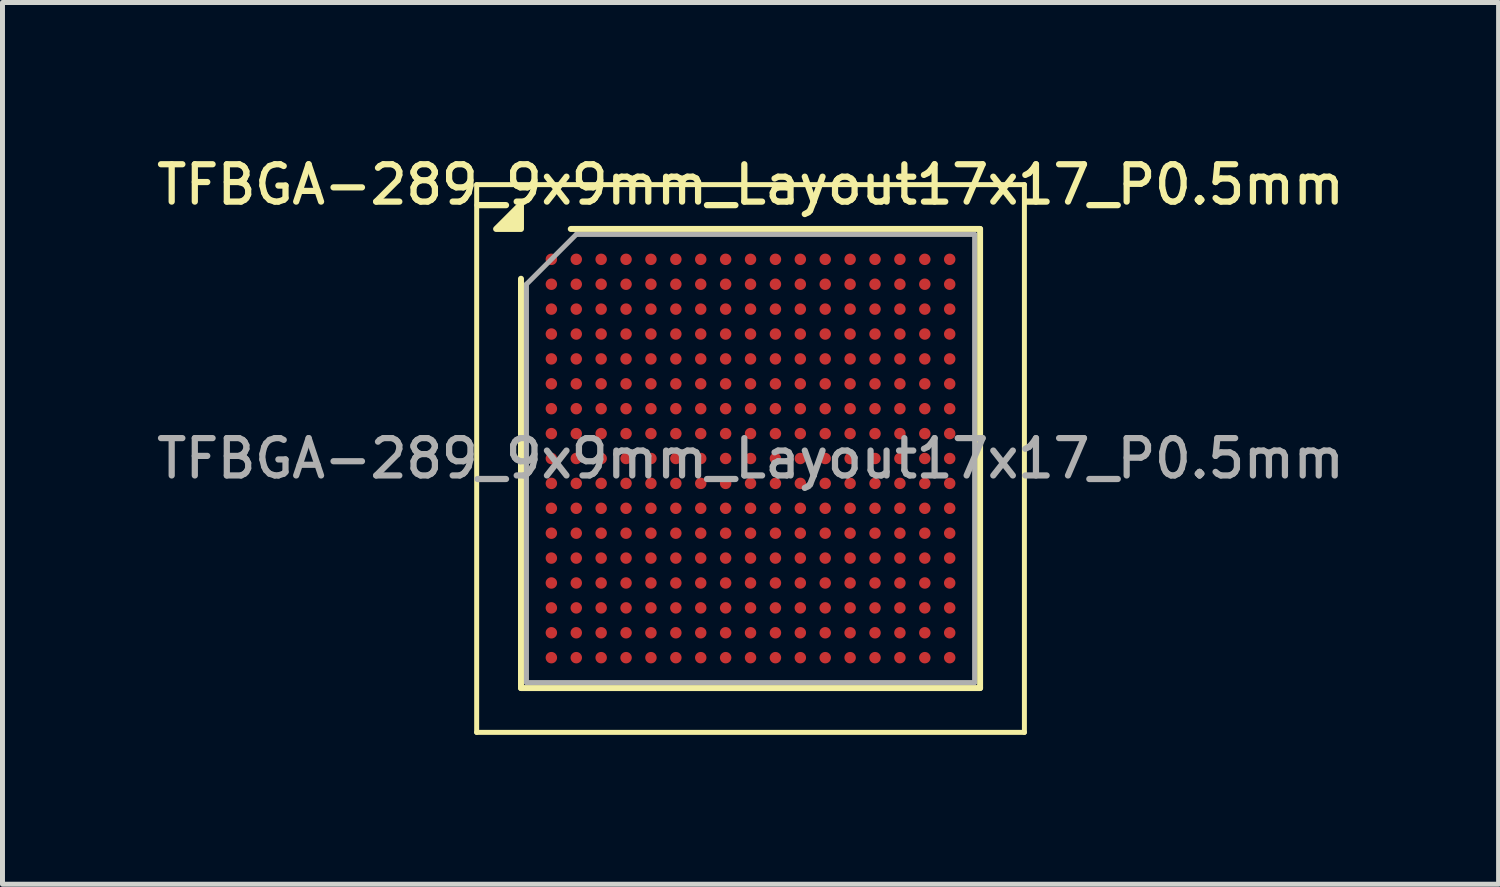
<source format=kicad_pcb>
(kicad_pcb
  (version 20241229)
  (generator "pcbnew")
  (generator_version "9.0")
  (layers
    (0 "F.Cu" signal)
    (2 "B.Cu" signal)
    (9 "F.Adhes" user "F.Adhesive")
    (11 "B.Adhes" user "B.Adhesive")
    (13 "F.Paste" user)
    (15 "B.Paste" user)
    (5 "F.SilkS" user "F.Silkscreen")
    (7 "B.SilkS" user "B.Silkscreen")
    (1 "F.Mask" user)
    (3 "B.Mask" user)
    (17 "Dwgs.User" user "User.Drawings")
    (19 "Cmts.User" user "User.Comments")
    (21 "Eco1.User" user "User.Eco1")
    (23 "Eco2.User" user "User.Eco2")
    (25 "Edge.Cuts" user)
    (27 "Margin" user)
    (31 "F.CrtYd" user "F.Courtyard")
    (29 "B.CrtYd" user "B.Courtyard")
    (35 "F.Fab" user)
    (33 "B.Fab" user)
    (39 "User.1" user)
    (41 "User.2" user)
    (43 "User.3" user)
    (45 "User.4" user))
  (footprint "TFBGA-289_9x9mm_Layout17x17_P0.5mm"
    (layer "F.Cu")
    (at 12.023 6.158)
    (property "Reference" "TFBGA-289_9x9mm_Layout17x17_P0.5mm" (at 0 -5.5 0) (layer "F.SilkS") (effects (font (size 0.75 0.75) (thickness 0.125))))
    (attr smd)
    (fp_line (start -5.5 -5.5) (end -5.5 5.5) (stroke (width 0.1) (type solid)) (layer "F.SilkS"))
    (fp_line (start -5.5 5.5) (end 5.5 5.5) (stroke (width 0.1) (type solid)) (layer "F.SilkS"))
    (fp_line (start -4.61 4.61) (end -4.61 -3.61) (stroke (width 0.12) (type solid)) (layer "F.SilkS"))
    (fp_line (start -3.61 -4.61) (end 4.61 -4.61) (stroke (width 0.12) (type solid)) (layer "F.SilkS"))
    (fp_line (start 4.61 -4.61) (end 4.61 4.61) (stroke (width 0.12) (type solid)) (layer "F.SilkS"))
    (fp_line (start 4.61 4.61) (end -4.61 4.61) (stroke (width 0.12) (type solid)) (layer "F.SilkS"))
    (fp_line (start 5.5 -5.5) (end -5.5 -5.5) (stroke (width 0.1) (type solid)) (layer "F.SilkS"))
    (fp_line (start 5.5 5.5) (end 5.5 -5.5) (stroke (width 0.1) (type solid)) (layer "F.SilkS"))
    (fp_poly (pts (xy -4.61 -4.61) (xy -5.11 -4.61) (xy -4.61 -5.11) (xy -4.61 -4.61)) (stroke (width 0.12) (type solid)) (fill yes) (layer "F.SilkS"))
    (fp_line (start -4.5 -3.5) (end -3.5 -4.5) (stroke (width 0.1) (type solid)) (layer "F.Fab"))
    (fp_line (start -4.5 4.5) (end -4.5 -3.5) (stroke (width 0.1) (type solid)) (layer "F.Fab"))
    (fp_line (start -3.5 -4.5) (end 4.5 -4.5) (stroke (width 0.1) (type solid)) (layer "F.Fab"))
    (fp_line (start 4.5 -4.5) (end 4.5 4.5) (stroke (width 0.1) (type solid)) (layer "F.Fab"))
    (fp_line (start 4.5 4.5) (end -4.5 4.5) (stroke (width 0.1) (type solid)) (layer "F.Fab"))
    (fp_text user "${REFERENCE}" (at 0 0 0) (layer "F.Fab") (effects (font (size 0.75 0.75) (thickness 0.125))))
    (pad "A1" smd circle (at -4 -4) (size 0.23 0.23) (property pad_prop_bga) (layers "F.Cu" "F.Mask" "F.Paste"))
    (pad "A2" smd circle (at -3.5 -4) (size 0.23 0.23) (property pad_prop_bga) (layers "F.Cu" "F.Mask" "F.Paste"))
    (pad "A3" smd circle (at -3 -4) (size 0.23 0.23) (property pad_prop_bga) (layers "F.Cu" "F.Mask" "F.Paste"))
    (pad "A4" smd circle (at -2.5 -4) (size 0.23 0.23) (property pad_prop_bga) (layers "F.Cu" "F.Mask" "F.Paste"))
    (pad "A5" smd circle (at -2 -4) (size 0.23 0.23) (property pad_prop_bga) (layers "F.Cu" "F.Mask" "F.Paste"))
    (pad "A6" smd circle (at -1.5 -4) (size 0.23 0.23) (property pad_prop_bga) (layers "F.Cu" "F.Mask" "F.Paste"))
    (pad "A7" smd circle (at -1 -4) (size 0.23 0.23) (property pad_prop_bga) (layers "F.Cu" "F.Mask" "F.Paste"))
    (pad "A8" smd circle (at -0.5 -4) (size 0.23 0.23) (property pad_prop_bga) (layers "F.Cu" "F.Mask" "F.Paste"))
    (pad "A9" smd circle (at 0 -4) (size 0.23 0.23) (property pad_prop_bga) (layers "F.Cu" "F.Mask" "F.Paste"))
    (pad "A10" smd circle (at 0.5 -4) (size 0.23 0.23) (property pad_prop_bga) (layers "F.Cu" "F.Mask" "F.Paste"))
    (pad "A11" smd circle (at 1 -4) (size 0.23 0.23) (property pad_prop_bga) (layers "F.Cu" "F.Mask" "F.Paste"))
    (pad "A12" smd circle (at 1.5 -4) (size 0.23 0.23) (property pad_prop_bga) (layers "F.Cu" "F.Mask" "F.Paste"))
    (pad "A13" smd circle (at 2 -4) (size 0.23 0.23) (property pad_prop_bga) (layers "F.Cu" "F.Mask" "F.Paste"))
    (pad "A14" smd circle (at 2.5 -4) (size 0.23 0.23) (property pad_prop_bga) (layers "F.Cu" "F.Mask" "F.Paste"))
    (pad "A15" smd circle (at 3 -4) (size 0.23 0.23) (property pad_prop_bga) (layers "F.Cu" "F.Mask" "F.Paste"))
    (pad "A16" smd circle (at 3.5 -4) (size 0.23 0.23) (property pad_prop_bga) (layers "F.Cu" "F.Mask" "F.Paste"))
    (pad "A17" smd circle (at 4 -4) (size 0.23 0.23) (property pad_prop_bga) (layers "F.Cu" "F.Mask" "F.Paste"))
    (pad "B1" smd circle (at -4 -3.5) (size 0.23 0.23) (property pad_prop_bga) (layers "F.Cu" "F.Mask" "F.Paste"))
    (pad "B2" smd circle (at -3.5 -3.5) (size 0.23 0.23) (property pad_prop_bga) (layers "F.Cu" "F.Mask" "F.Paste"))
    (pad "B3" smd circle (at -3 -3.5) (size 0.23 0.23) (property pad_prop_bga) (layers "F.Cu" "F.Mask" "F.Paste"))
    (pad "B4" smd circle (at -2.5 -3.5) (size 0.23 0.23) (property pad_prop_bga) (layers "F.Cu" "F.Mask" "F.Paste"))
    (pad "B5" smd circle (at -2 -3.5) (size 0.23 0.23) (property pad_prop_bga) (layers "F.Cu" "F.Mask" "F.Paste"))
    (pad "B6" smd circle (at -1.5 -3.5) (size 0.23 0.23) (property pad_prop_bga) (layers "F.Cu" "F.Mask" "F.Paste"))
    (pad "B7" smd circle (at -1 -3.5) (size 0.23 0.23) (property pad_prop_bga) (layers "F.Cu" "F.Mask" "F.Paste"))
    (pad "B8" smd circle (at -0.5 -3.5) (size 0.23 0.23) (property pad_prop_bga) (layers "F.Cu" "F.Mask" "F.Paste"))
    (pad "B9" smd circle (at 0 -3.5) (size 0.23 0.23) (property pad_prop_bga) (layers "F.Cu" "F.Mask" "F.Paste"))
    (pad "B10" smd circle (at 0.5 -3.5) (size 0.23 0.23) (property pad_prop_bga) (layers "F.Cu" "F.Mask" "F.Paste"))
    (pad "B11" smd circle (at 1 -3.5) (size 0.23 0.23) (property pad_prop_bga) (layers "F.Cu" "F.Mask" "F.Paste"))
    (pad "B12" smd circle (at 1.5 -3.5) (size 0.23 0.23) (property pad_prop_bga) (layers "F.Cu" "F.Mask" "F.Paste"))
    (pad "B13" smd circle (at 2 -3.5) (size 0.23 0.23) (property pad_prop_bga) (layers "F.Cu" "F.Mask" "F.Paste"))
    (pad "B14" smd circle (at 2.5 -3.5) (size 0.23 0.23) (property pad_prop_bga) (layers "F.Cu" "F.Mask" "F.Paste"))
    (pad "B15" smd circle (at 3 -3.5) (size 0.23 0.23) (property pad_prop_bga) (layers "F.Cu" "F.Mask" "F.Paste"))
    (pad "B16" smd circle (at 3.5 -3.5) (size 0.23 0.23) (property pad_prop_bga) (layers "F.Cu" "F.Mask" "F.Paste"))
    (pad "B17" smd circle (at 4 -3.5) (size 0.23 0.23) (property pad_prop_bga) (layers "F.Cu" "F.Mask" "F.Paste"))
    (pad "C1" smd circle (at -4 -3) (size 0.23 0.23) (property pad_prop_bga) (layers "F.Cu" "F.Mask" "F.Paste"))
    (pad "C2" smd circle (at -3.5 -3) (size 0.23 0.23) (property pad_prop_bga) (layers "F.Cu" "F.Mask" "F.Paste"))
    (pad "C3" smd circle (at -3 -3) (size 0.23 0.23) (property pad_prop_bga) (layers "F.Cu" "F.Mask" "F.Paste"))
    (pad "C4" smd circle (at -2.5 -3) (size 0.23 0.23) (property pad_prop_bga) (layers "F.Cu" "F.Mask" "F.Paste"))
    (pad "C5" smd circle (at -2 -3) (size 0.23 0.23) (property pad_prop_bga) (layers "F.Cu" "F.Mask" "F.Paste"))
    (pad "C6" smd circle (at -1.5 -3) (size 0.23 0.23) (property pad_prop_bga) (layers "F.Cu" "F.Mask" "F.Paste"))
    (pad "C7" smd circle (at -1 -3) (size 0.23 0.23) (property pad_prop_bga) (layers "F.Cu" "F.Mask" "F.Paste"))
    (pad "C8" smd circle (at -0.5 -3) (size 0.23 0.23) (property pad_prop_bga) (layers "F.Cu" "F.Mask" "F.Paste"))
    (pad "C9" smd circle (at 0 -3) (size 0.23 0.23) (property pad_prop_bga) (layers "F.Cu" "F.Mask" "F.Paste"))
    (pad "C10" smd circle (at 0.5 -3) (size 0.23 0.23) (property pad_prop_bga) (layers "F.Cu" "F.Mask" "F.Paste"))
    (pad "C11" smd circle (at 1 -3) (size 0.23 0.23) (property pad_prop_bga) (layers "F.Cu" "F.Mask" "F.Paste"))
    (pad "C12" smd circle (at 1.5 -3) (size 0.23 0.23) (property pad_prop_bga) (layers "F.Cu" "F.Mask" "F.Paste"))
    (pad "C13" smd circle (at 2 -3) (size 0.23 0.23) (property pad_prop_bga) (layers "F.Cu" "F.Mask" "F.Paste"))
    (pad "C14" smd circle (at 2.5 -3) (size 0.23 0.23) (property pad_prop_bga) (layers "F.Cu" "F.Mask" "F.Paste"))
    (pad "C15" smd circle (at 3 -3) (size 0.23 0.23) (property pad_prop_bga) (layers "F.Cu" "F.Mask" "F.Paste"))
    (pad "C16" smd circle (at 3.5 -3) (size 0.23 0.23) (property pad_prop_bga) (layers "F.Cu" "F.Mask" "F.Paste"))
    (pad "C17" smd circle (at 4 -3) (size 0.23 0.23) (property pad_prop_bga) (layers "F.Cu" "F.Mask" "F.Paste"))
    (pad "D1" smd circle (at -4 -2.5) (size 0.23 0.23) (property pad_prop_bga) (layers "F.Cu" "F.Mask" "F.Paste"))
    (pad "D2" smd circle (at -3.5 -2.5) (size 0.23 0.23) (property pad_prop_bga) (layers "F.Cu" "F.Mask" "F.Paste"))
    (pad "D3" smd circle (at -3 -2.5) (size 0.23 0.23) (property pad_prop_bga) (layers "F.Cu" "F.Mask" "F.Paste"))
    (pad "D4" smd circle (at -2.5 -2.5) (size 0.23 0.23) (property pad_prop_bga) (layers "F.Cu" "F.Mask" "F.Paste"))
    (pad "D5" smd circle (at -2 -2.5) (size 0.23 0.23) (property pad_prop_bga) (layers "F.Cu" "F.Mask" "F.Paste"))
    (pad "D6" smd circle (at -1.5 -2.5) (size 0.23 0.23) (property pad_prop_bga) (layers "F.Cu" "F.Mask" "F.Paste"))
    (pad "D7" smd circle (at -1 -2.5) (size 0.23 0.23) (property pad_prop_bga) (layers "F.Cu" "F.Mask" "F.Paste"))
    (pad "D8" smd circle (at -0.5 -2.5) (size 0.23 0.23) (property pad_prop_bga) (layers "F.Cu" "F.Mask" "F.Paste"))
    (pad "D9" smd circle (at 0 -2.5) (size 0.23 0.23) (property pad_prop_bga) (layers "F.Cu" "F.Mask" "F.Paste"))
    (pad "D10" smd circle (at 0.5 -2.5) (size 0.23 0.23) (property pad_prop_bga) (layers "F.Cu" "F.Mask" "F.Paste"))
    (pad "D11" smd circle (at 1 -2.5) (size 0.23 0.23) (property pad_prop_bga) (layers "F.Cu" "F.Mask" "F.Paste"))
    (pad "D12" smd circle (at 1.5 -2.5) (size 0.23 0.23) (property pad_prop_bga) (layers "F.Cu" "F.Mask" "F.Paste"))
    (pad "D13" smd circle (at 2 -2.5) (size 0.23 0.23) (property pad_prop_bga) (layers "F.Cu" "F.Mask" "F.Paste"))
    (pad "D14" smd circle (at 2.5 -2.5) (size 0.23 0.23) (property pad_prop_bga) (layers "F.Cu" "F.Mask" "F.Paste"))
    (pad "D15" smd circle (at 3 -2.5) (size 0.23 0.23) (property pad_prop_bga) (layers "F.Cu" "F.Mask" "F.Paste"))
    (pad "D16" smd circle (at 3.5 -2.5) (size 0.23 0.23) (property pad_prop_bga) (layers "F.Cu" "F.Mask" "F.Paste"))
    (pad "D17" smd circle (at 4 -2.5) (size 0.23 0.23) (property pad_prop_bga) (layers "F.Cu" "F.Mask" "F.Paste"))
    (pad "E1" smd circle (at -4 -2) (size 0.23 0.23) (property pad_prop_bga) (layers "F.Cu" "F.Mask" "F.Paste"))
    (pad "E2" smd circle (at -3.5 -2) (size 0.23 0.23) (property pad_prop_bga) (layers "F.Cu" "F.Mask" "F.Paste"))
    (pad "E3" smd circle (at -3 -2) (size 0.23 0.23) (property pad_prop_bga) (layers "F.Cu" "F.Mask" "F.Paste"))
    (pad "E4" smd circle (at -2.5 -2) (size 0.23 0.23) (property pad_prop_bga) (layers "F.Cu" "F.Mask" "F.Paste"))
    (pad "E5" smd circle (at -2 -2) (size 0.23 0.23) (property pad_prop_bga) (layers "F.Cu" "F.Mask" "F.Paste"))
    (pad "E6" smd circle (at -1.5 -2) (size 0.23 0.23) (property pad_prop_bga) (layers "F.Cu" "F.Mask" "F.Paste"))
    (pad "E7" smd circle (at -1 -2) (size 0.23 0.23) (property pad_prop_bga) (layers "F.Cu" "F.Mask" "F.Paste"))
    (pad "E8" smd circle (at -0.5 -2) (size 0.23 0.23) (property pad_prop_bga) (layers "F.Cu" "F.Mask" "F.Paste"))
    (pad "E9" smd circle (at 0 -2) (size 0.23 0.23) (property pad_prop_bga) (layers "F.Cu" "F.Mask" "F.Paste"))
    (pad "E10" smd circle (at 0.5 -2) (size 0.23 0.23) (property pad_prop_bga) (layers "F.Cu" "F.Mask" "F.Paste"))
    (pad "E11" smd circle (at 1 -2) (size 0.23 0.23) (property pad_prop_bga) (layers "F.Cu" "F.Mask" "F.Paste"))
    (pad "E12" smd circle (at 1.5 -2) (size 0.23 0.23) (property pad_prop_bga) (layers "F.Cu" "F.Mask" "F.Paste"))
    (pad "E13" smd circle (at 2 -2) (size 0.23 0.23) (property pad_prop_bga) (layers "F.Cu" "F.Mask" "F.Paste"))
    (pad "E14" smd circle (at 2.5 -2) (size 0.23 0.23) (property pad_prop_bga) (layers "F.Cu" "F.Mask" "F.Paste"))
    (pad "E15" smd circle (at 3 -2) (size 0.23 0.23) (property pad_prop_bga) (layers "F.Cu" "F.Mask" "F.Paste"))
    (pad "E16" smd circle (at 3.5 -2) (size 0.23 0.23) (property pad_prop_bga) (layers "F.Cu" "F.Mask" "F.Paste"))
    (pad "E17" smd circle (at 4 -2) (size 0.23 0.23) (property pad_prop_bga) (layers "F.Cu" "F.Mask" "F.Paste"))
    (pad "F1" smd circle (at -4 -1.5) (size 0.23 0.23) (property pad_prop_bga) (layers "F.Cu" "F.Mask" "F.Paste"))
    (pad "F2" smd circle (at -3.5 -1.5) (size 0.23 0.23) (property pad_prop_bga) (layers "F.Cu" "F.Mask" "F.Paste"))
    (pad "F3" smd circle (at -3 -1.5) (size 0.23 0.23) (property pad_prop_bga) (layers "F.Cu" "F.Mask" "F.Paste"))
    (pad "F4" smd circle (at -2.5 -1.5) (size 0.23 0.23) (property pad_prop_bga) (layers "F.Cu" "F.Mask" "F.Paste"))
    (pad "F5" smd circle (at -2 -1.5) (size 0.23 0.23) (property pad_prop_bga) (layers "F.Cu" "F.Mask" "F.Paste"))
    (pad "F6" smd circle (at -1.5 -1.5) (size 0.23 0.23) (property pad_prop_bga) (layers "F.Cu" "F.Mask" "F.Paste"))
    (pad "F7" smd circle (at -1 -1.5) (size 0.23 0.23) (property pad_prop_bga) (layers "F.Cu" "F.Mask" "F.Paste"))
    (pad "F8" smd circle (at -0.5 -1.5) (size 0.23 0.23) (property pad_prop_bga) (layers "F.Cu" "F.Mask" "F.Paste"))
    (pad "F9" smd circle (at 0 -1.5) (size 0.23 0.23) (property pad_prop_bga) (layers "F.Cu" "F.Mask" "F.Paste"))
    (pad "F10" smd circle (at 0.5 -1.5) (size 0.23 0.23) (property pad_prop_bga) (layers "F.Cu" "F.Mask" "F.Paste"))
    (pad "F11" smd circle (at 1 -1.5) (size 0.23 0.23) (property pad_prop_bga) (layers "F.Cu" "F.Mask" "F.Paste"))
    (pad "F12" smd circle (at 1.5 -1.5) (size 0.23 0.23) (property pad_prop_bga) (layers "F.Cu" "F.Mask" "F.Paste"))
    (pad "F13" smd circle (at 2 -1.5) (size 0.23 0.23) (property pad_prop_bga) (layers "F.Cu" "F.Mask" "F.Paste"))
    (pad "F14" smd circle (at 2.5 -1.5) (size 0.23 0.23) (property pad_prop_bga) (layers "F.Cu" "F.Mask" "F.Paste"))
    (pad "F15" smd circle (at 3 -1.5) (size 0.23 0.23) (property pad_prop_bga) (layers "F.Cu" "F.Mask" "F.Paste"))
    (pad "F16" smd circle (at 3.5 -1.5) (size 0.23 0.23) (property pad_prop_bga) (layers "F.Cu" "F.Mask" "F.Paste"))
    (pad "F17" smd circle (at 4 -1.5) (size 0.23 0.23) (property pad_prop_bga) (layers "F.Cu" "F.Mask" "F.Paste"))
    (pad "G1" smd circle (at -4 -1) (size 0.23 0.23) (property pad_prop_bga) (layers "F.Cu" "F.Mask" "F.Paste"))
    (pad "G2" smd circle (at -3.5 -1) (size 0.23 0.23) (property pad_prop_bga) (layers "F.Cu" "F.Mask" "F.Paste"))
    (pad "G3" smd circle (at -3 -1) (size 0.23 0.23) (property pad_prop_bga) (layers "F.Cu" "F.Mask" "F.Paste"))
    (pad "G4" smd circle (at -2.5 -1) (size 0.23 0.23) (property pad_prop_bga) (layers "F.Cu" "F.Mask" "F.Paste"))
    (pad "G5" smd circle (at -2 -1) (size 0.23 0.23) (property pad_prop_bga) (layers "F.Cu" "F.Mask" "F.Paste"))
    (pad "G6" smd circle (at -1.5 -1) (size 0.23 0.23) (property pad_prop_bga) (layers "F.Cu" "F.Mask" "F.Paste"))
    (pad "G7" smd circle (at -1 -1) (size 0.23 0.23) (property pad_prop_bga) (layers "F.Cu" "F.Mask" "F.Paste"))
    (pad "G8" smd circle (at -0.5 -1) (size 0.23 0.23) (property pad_prop_bga) (layers "F.Cu" "F.Mask" "F.Paste"))
    (pad "G9" smd circle (at 0 -1) (size 0.23 0.23) (property pad_prop_bga) (layers "F.Cu" "F.Mask" "F.Paste"))
    (pad "G10" smd circle (at 0.5 -1) (size 0.23 0.23) (property pad_prop_bga) (layers "F.Cu" "F.Mask" "F.Paste"))
    (pad "G11" smd circle (at 1 -1) (size 0.23 0.23) (property pad_prop_bga) (layers "F.Cu" "F.Mask" "F.Paste"))
    (pad "G12" smd circle (at 1.5 -1) (size 0.23 0.23) (property pad_prop_bga) (layers "F.Cu" "F.Mask" "F.Paste"))
    (pad "G13" smd circle (at 2 -1) (size 0.23 0.23) (property pad_prop_bga) (layers "F.Cu" "F.Mask" "F.Paste"))
    (pad "G14" smd circle (at 2.5 -1) (size 0.23 0.23) (property pad_prop_bga) (layers "F.Cu" "F.Mask" "F.Paste"))
    (pad "G15" smd circle (at 3 -1) (size 0.23 0.23) (property pad_prop_bga) (layers "F.Cu" "F.Mask" "F.Paste"))
    (pad "G16" smd circle (at 3.5 -1) (size 0.23 0.23) (property pad_prop_bga) (layers "F.Cu" "F.Mask" "F.Paste"))
    (pad "G17" smd circle (at 4 -1) (size 0.23 0.23) (property pad_prop_bga) (layers "F.Cu" "F.Mask" "F.Paste"))
    (pad "H1" smd circle (at -4 -0.5) (size 0.23 0.23) (property pad_prop_bga) (layers "F.Cu" "F.Mask" "F.Paste"))
    (pad "H2" smd circle (at -3.5 -0.5) (size 0.23 0.23) (property pad_prop_bga) (layers "F.Cu" "F.Mask" "F.Paste"))
    (pad "H3" smd circle (at -3 -0.5) (size 0.23 0.23) (property pad_prop_bga) (layers "F.Cu" "F.Mask" "F.Paste"))
    (pad "H4" smd circle (at -2.5 -0.5) (size 0.23 0.23) (property pad_prop_bga) (layers "F.Cu" "F.Mask" "F.Paste"))
    (pad "H5" smd circle (at -2 -0.5) (size 0.23 0.23) (property pad_prop_bga) (layers "F.Cu" "F.Mask" "F.Paste"))
    (pad "H6" smd circle (at -1.5 -0.5) (size 0.23 0.23) (property pad_prop_bga) (layers "F.Cu" "F.Mask" "F.Paste"))
    (pad "H7" smd circle (at -1 -0.5) (size 0.23 0.23) (property pad_prop_bga) (layers "F.Cu" "F.Mask" "F.Paste"))
    (pad "H8" smd circle (at -0.5 -0.5) (size 0.23 0.23) (property pad_prop_bga) (layers "F.Cu" "F.Mask" "F.Paste"))
    (pad "H9" smd circle (at 0 -0.5) (size 0.23 0.23) (property pad_prop_bga) (layers "F.Cu" "F.Mask" "F.Paste"))
    (pad "H10" smd circle (at 0.5 -0.5) (size 0.23 0.23) (property pad_prop_bga) (layers "F.Cu" "F.Mask" "F.Paste"))
    (pad "H11" smd circle (at 1 -0.5) (size 0.23 0.23) (property pad_prop_bga) (layers "F.Cu" "F.Mask" "F.Paste"))
    (pad "H12" smd circle (at 1.5 -0.5) (size 0.23 0.23) (property pad_prop_bga) (layers "F.Cu" "F.Mask" "F.Paste"))
    (pad "H13" smd circle (at 2 -0.5) (size 0.23 0.23) (property pad_prop_bga) (layers "F.Cu" "F.Mask" "F.Paste"))
    (pad "H14" smd circle (at 2.5 -0.5) (size 0.23 0.23) (property pad_prop_bga) (layers "F.Cu" "F.Mask" "F.Paste"))
    (pad "H15" smd circle (at 3 -0.5) (size 0.23 0.23) (property pad_prop_bga) (layers "F.Cu" "F.Mask" "F.Paste"))
    (pad "H16" smd circle (at 3.5 -0.5) (size 0.23 0.23) (property pad_prop_bga) (layers "F.Cu" "F.Mask" "F.Paste"))
    (pad "H17" smd circle (at 4 -0.5) (size 0.23 0.23) (property pad_prop_bga) (layers "F.Cu" "F.Mask" "F.Paste"))
    (pad "J1" smd circle (at -4 0) (size 0.23 0.23) (property pad_prop_bga) (layers "F.Cu" "F.Mask" "F.Paste"))
    (pad "J2" smd circle (at -3.5 0) (size 0.23 0.23) (property pad_prop_bga) (layers "F.Cu" "F.Mask" "F.Paste"))
    (pad "J3" smd circle (at -3 0) (size 0.23 0.23) (property pad_prop_bga) (layers "F.Cu" "F.Mask" "F.Paste"))
    (pad "J4" smd circle (at -2.5 0) (size 0.23 0.23) (property pad_prop_bga) (layers "F.Cu" "F.Mask" "F.Paste"))
    (pad "J5" smd circle (at -2 0) (size 0.23 0.23) (property pad_prop_bga) (layers "F.Cu" "F.Mask" "F.Paste"))
    (pad "J6" smd circle (at -1.5 0) (size 0.23 0.23) (property pad_prop_bga) (layers "F.Cu" "F.Mask" "F.Paste"))
    (pad "J7" smd circle (at -1 0) (size 0.23 0.23) (property pad_prop_bga) (layers "F.Cu" "F.Mask" "F.Paste"))
    (pad "J8" smd circle (at -0.5 0) (size 0.23 0.23) (property pad_prop_bga) (layers "F.Cu" "F.Mask" "F.Paste"))
    (pad "J9" smd circle (at 0 0) (size 0.23 0.23) (property pad_prop_bga) (layers "F.Cu" "F.Mask" "F.Paste"))
    (pad "J10" smd circle (at 0.5 0) (size 0.23 0.23) (property pad_prop_bga) (layers "F.Cu" "F.Mask" "F.Paste"))
    (pad "J11" smd circle (at 1 0) (size 0.23 0.23) (property pad_prop_bga) (layers "F.Cu" "F.Mask" "F.Paste"))
    (pad "J12" smd circle (at 1.5 0) (size 0.23 0.23) (property pad_prop_bga) (layers "F.Cu" "F.Mask" "F.Paste"))
    (pad "J13" smd circle (at 2 0) (size 0.23 0.23) (property pad_prop_bga) (layers "F.Cu" "F.Mask" "F.Paste"))
    (pad "J14" smd circle (at 2.5 0) (size 0.23 0.23) (property pad_prop_bga) (layers "F.Cu" "F.Mask" "F.Paste"))
    (pad "J15" smd circle (at 3 0) (size 0.23 0.23) (property pad_prop_bga) (layers "F.Cu" "F.Mask" "F.Paste"))
    (pad "J16" smd circle (at 3.5 0) (size 0.23 0.23) (property pad_prop_bga) (layers "F.Cu" "F.Mask" "F.Paste"))
    (pad "J17" smd circle (at 4 0) (size 0.23 0.23) (property pad_prop_bga) (layers "F.Cu" "F.Mask" "F.Paste"))
    (pad "K1" smd circle (at -4 0.5) (size 0.23 0.23) (property pad_prop_bga) (layers "F.Cu" "F.Mask" "F.Paste"))
    (pad "K2" smd circle (at -3.5 0.5) (size 0.23 0.23) (property pad_prop_bga) (layers "F.Cu" "F.Mask" "F.Paste"))
    (pad "K3" smd circle (at -3 0.5) (size 0.23 0.23) (property pad_prop_bga) (layers "F.Cu" "F.Mask" "F.Paste"))
    (pad "K4" smd circle (at -2.5 0.5) (size 0.23 0.23) (property pad_prop_bga) (layers "F.Cu" "F.Mask" "F.Paste"))
    (pad "K5" smd circle (at -2 0.5) (size 0.23 0.23) (property pad_prop_bga) (layers "F.Cu" "F.Mask" "F.Paste"))
    (pad "K6" smd circle (at -1.5 0.5) (size 0.23 0.23) (property pad_prop_bga) (layers "F.Cu" "F.Mask" "F.Paste"))
    (pad "K7" smd circle (at -1 0.5) (size 0.23 0.23) (property pad_prop_bga) (layers "F.Cu" "F.Mask" "F.Paste"))
    (pad "K8" smd circle (at -0.5 0.5) (size 0.23 0.23) (property pad_prop_bga) (layers "F.Cu" "F.Mask" "F.Paste"))
    (pad "K9" smd circle (at 0 0.5) (size 0.23 0.23) (property pad_prop_bga) (layers "F.Cu" "F.Mask" "F.Paste"))
    (pad "K10" smd circle (at 0.5 0.5) (size 0.23 0.23) (property pad_prop_bga) (layers "F.Cu" "F.Mask" "F.Paste"))
    (pad "K11" smd circle (at 1 0.5) (size 0.23 0.23) (property pad_prop_bga) (layers "F.Cu" "F.Mask" "F.Paste"))
    (pad "K12" smd circle (at 1.5 0.5) (size 0.23 0.23) (property pad_prop_bga) (layers "F.Cu" "F.Mask" "F.Paste"))
    (pad "K13" smd circle (at 2 0.5) (size 0.23 0.23) (property pad_prop_bga) (layers "F.Cu" "F.Mask" "F.Paste"))
    (pad "K14" smd circle (at 2.5 0.5) (size 0.23 0.23) (property pad_prop_bga) (layers "F.Cu" "F.Mask" "F.Paste"))
    (pad "K15" smd circle (at 3 0.5) (size 0.23 0.23) (property pad_prop_bga) (layers "F.Cu" "F.Mask" "F.Paste"))
    (pad "K16" smd circle (at 3.5 0.5) (size 0.23 0.23) (property pad_prop_bga) (layers "F.Cu" "F.Mask" "F.Paste"))
    (pad "K17" smd circle (at 4 0.5) (size 0.23 0.23) (property pad_prop_bga) (layers "F.Cu" "F.Mask" "F.Paste"))
    (pad "L1" smd circle (at -4 1) (size 0.23 0.23) (property pad_prop_bga) (layers "F.Cu" "F.Mask" "F.Paste"))
    (pad "L2" smd circle (at -3.5 1) (size 0.23 0.23) (property pad_prop_bga) (layers "F.Cu" "F.Mask" "F.Paste"))
    (pad "L3" smd circle (at -3 1) (size 0.23 0.23) (property pad_prop_bga) (layers "F.Cu" "F.Mask" "F.Paste"))
    (pad "L4" smd circle (at -2.5 1) (size 0.23 0.23) (property pad_prop_bga) (layers "F.Cu" "F.Mask" "F.Paste"))
    (pad "L5" smd circle (at -2 1) (size 0.23 0.23) (property pad_prop_bga) (layers "F.Cu" "F.Mask" "F.Paste"))
    (pad "L6" smd circle (at -1.5 1) (size 0.23 0.23) (property pad_prop_bga) (layers "F.Cu" "F.Mask" "F.Paste"))
    (pad "L7" smd circle (at -1 1) (size 0.23 0.23) (property pad_prop_bga) (layers "F.Cu" "F.Mask" "F.Paste"))
    (pad "L8" smd circle (at -0.5 1) (size 0.23 0.23) (property pad_prop_bga) (layers "F.Cu" "F.Mask" "F.Paste"))
    (pad "L9" smd circle (at 0 1) (size 0.23 0.23) (property pad_prop_bga) (layers "F.Cu" "F.Mask" "F.Paste"))
    (pad "L10" smd circle (at 0.5 1) (size 0.23 0.23) (property pad_prop_bga) (layers "F.Cu" "F.Mask" "F.Paste"))
    (pad "L11" smd circle (at 1 1) (size 0.23 0.23) (property pad_prop_bga) (layers "F.Cu" "F.Mask" "F.Paste"))
    (pad "L12" smd circle (at 1.5 1) (size 0.23 0.23) (property pad_prop_bga) (layers "F.Cu" "F.Mask" "F.Paste"))
    (pad "L13" smd circle (at 2 1) (size 0.23 0.23) (property pad_prop_bga) (layers "F.Cu" "F.Mask" "F.Paste"))
    (pad "L14" smd circle (at 2.5 1) (size 0.23 0.23) (property pad_prop_bga) (layers "F.Cu" "F.Mask" "F.Paste"))
    (pad "L15" smd circle (at 3 1) (size 0.23 0.23) (property pad_prop_bga) (layers "F.Cu" "F.Mask" "F.Paste"))
    (pad "L16" smd circle (at 3.5 1) (size 0.23 0.23) (property pad_prop_bga) (layers "F.Cu" "F.Mask" "F.Paste"))
    (pad "L17" smd circle (at 4 1) (size 0.23 0.23) (property pad_prop_bga) (layers "F.Cu" "F.Mask" "F.Paste"))
    (pad "M1" smd circle (at -4 1.5) (size 0.23 0.23) (property pad_prop_bga) (layers "F.Cu" "F.Mask" "F.Paste"))
    (pad "M2" smd circle (at -3.5 1.5) (size 0.23 0.23) (property pad_prop_bga) (layers "F.Cu" "F.Mask" "F.Paste"))
    (pad "M3" smd circle (at -3 1.5) (size 0.23 0.23) (property pad_prop_bga) (layers "F.Cu" "F.Mask" "F.Paste"))
    (pad "M4" smd circle (at -2.5 1.5) (size 0.23 0.23) (property pad_prop_bga) (layers "F.Cu" "F.Mask" "F.Paste"))
    (pad "M5" smd circle (at -2 1.5) (size 0.23 0.23) (property pad_prop_bga) (layers "F.Cu" "F.Mask" "F.Paste"))
    (pad "M6" smd circle (at -1.5 1.5) (size 0.23 0.23) (property pad_prop_bga) (layers "F.Cu" "F.Mask" "F.Paste"))
    (pad "M7" smd circle (at -1 1.5) (size 0.23 0.23) (property pad_prop_bga) (layers "F.Cu" "F.Mask" "F.Paste"))
    (pad "M8" smd circle (at -0.5 1.5) (size 0.23 0.23) (property pad_prop_bga) (layers "F.Cu" "F.Mask" "F.Paste"))
    (pad "M9" smd circle (at 0 1.5) (size 0.23 0.23) (property pad_prop_bga) (layers "F.Cu" "F.Mask" "F.Paste"))
    (pad "M10" smd circle (at 0.5 1.5) (size 0.23 0.23) (property pad_prop_bga) (layers "F.Cu" "F.Mask" "F.Paste"))
    (pad "M11" smd circle (at 1 1.5) (size 0.23 0.23) (property pad_prop_bga) (layers "F.Cu" "F.Mask" "F.Paste"))
    (pad "M12" smd circle (at 1.5 1.5) (size 0.23 0.23) (property pad_prop_bga) (layers "F.Cu" "F.Mask" "F.Paste"))
    (pad "M13" smd circle (at 2 1.5) (size 0.23 0.23) (property pad_prop_bga) (layers "F.Cu" "F.Mask" "F.Paste"))
    (pad "M14" smd circle (at 2.5 1.5) (size 0.23 0.23) (property pad_prop_bga) (layers "F.Cu" "F.Mask" "F.Paste"))
    (pad "M15" smd circle (at 3 1.5) (size 0.23 0.23) (property pad_prop_bga) (layers "F.Cu" "F.Mask" "F.Paste"))
    (pad "M16" smd circle (at 3.5 1.5) (size 0.23 0.23) (property pad_prop_bga) (layers "F.Cu" "F.Mask" "F.Paste"))
    (pad "M17" smd circle (at 4 1.5) (size 0.23 0.23) (property pad_prop_bga) (layers "F.Cu" "F.Mask" "F.Paste"))
    (pad "N1" smd circle (at -4 2) (size 0.23 0.23) (property pad_prop_bga) (layers "F.Cu" "F.Mask" "F.Paste"))
    (pad "N2" smd circle (at -3.5 2) (size 0.23 0.23) (property pad_prop_bga) (layers "F.Cu" "F.Mask" "F.Paste"))
    (pad "N3" smd circle (at -3 2) (size 0.23 0.23) (property pad_prop_bga) (layers "F.Cu" "F.Mask" "F.Paste"))
    (pad "N4" smd circle (at -2.5 2) (size 0.23 0.23) (property pad_prop_bga) (layers "F.Cu" "F.Mask" "F.Paste"))
    (pad "N5" smd circle (at -2 2) (size 0.23 0.23) (property pad_prop_bga) (layers "F.Cu" "F.Mask" "F.Paste"))
    (pad "N6" smd circle (at -1.5 2) (size 0.23 0.23) (property pad_prop_bga) (layers "F.Cu" "F.Mask" "F.Paste"))
    (pad "N7" smd circle (at -1 2) (size 0.23 0.23) (property pad_prop_bga) (layers "F.Cu" "F.Mask" "F.Paste"))
    (pad "N8" smd circle (at -0.5 2) (size 0.23 0.23) (property pad_prop_bga) (layers "F.Cu" "F.Mask" "F.Paste"))
    (pad "N9" smd circle (at 0 2) (size 0.23 0.23) (property pad_prop_bga) (layers "F.Cu" "F.Mask" "F.Paste"))
    (pad "N10" smd circle (at 0.5 2) (size 0.23 0.23) (property pad_prop_bga) (layers "F.Cu" "F.Mask" "F.Paste"))
    (pad "N11" smd circle (at 1 2) (size 0.23 0.23) (property pad_prop_bga) (layers "F.Cu" "F.Mask" "F.Paste"))
    (pad "N12" smd circle (at 1.5 2) (size 0.23 0.23) (property pad_prop_bga) (layers "F.Cu" "F.Mask" "F.Paste"))
    (pad "N13" smd circle (at 2 2) (size 0.23 0.23) (property pad_prop_bga) (layers "F.Cu" "F.Mask" "F.Paste"))
    (pad "N14" smd circle (at 2.5 2) (size 0.23 0.23) (property pad_prop_bga) (layers "F.Cu" "F.Mask" "F.Paste"))
    (pad "N15" smd circle (at 3 2) (size 0.23 0.23) (property pad_prop_bga) (layers "F.Cu" "F.Mask" "F.Paste"))
    (pad "N16" smd circle (at 3.5 2) (size 0.23 0.23) (property pad_prop_bga) (layers "F.Cu" "F.Mask" "F.Paste"))
    (pad "N17" smd circle (at 4 2) (size 0.23 0.23) (property pad_prop_bga) (layers "F.Cu" "F.Mask" "F.Paste"))
    (pad "P1" smd circle (at -4 2.5) (size 0.23 0.23) (property pad_prop_bga) (layers "F.Cu" "F.Mask" "F.Paste"))
    (pad "P2" smd circle (at -3.5 2.5) (size 0.23 0.23) (property pad_prop_bga) (layers "F.Cu" "F.Mask" "F.Paste"))
    (pad "P3" smd circle (at -3 2.5) (size 0.23 0.23) (property pad_prop_bga) (layers "F.Cu" "F.Mask" "F.Paste"))
    (pad "P4" smd circle (at -2.5 2.5) (size 0.23 0.23) (property pad_prop_bga) (layers "F.Cu" "F.Mask" "F.Paste"))
    (pad "P5" smd circle (at -2 2.5) (size 0.23 0.23) (property pad_prop_bga) (layers "F.Cu" "F.Mask" "F.Paste"))
    (pad "P6" smd circle (at -1.5 2.5) (size 0.23 0.23) (property pad_prop_bga) (layers "F.Cu" "F.Mask" "F.Paste"))
    (pad "P7" smd circle (at -1 2.5) (size 0.23 0.23) (property pad_prop_bga) (layers "F.Cu" "F.Mask" "F.Paste"))
    (pad "P8" smd circle (at -0.5 2.5) (size 0.23 0.23) (property pad_prop_bga) (layers "F.Cu" "F.Mask" "F.Paste"))
    (pad "P9" smd circle (at 0 2.5) (size 0.23 0.23) (property pad_prop_bga) (layers "F.Cu" "F.Mask" "F.Paste"))
    (pad "P10" smd circle (at 0.5 2.5) (size 0.23 0.23) (property pad_prop_bga) (layers "F.Cu" "F.Mask" "F.Paste"))
    (pad "P11" smd circle (at 1 2.5) (size 0.23 0.23) (property pad_prop_bga) (layers "F.Cu" "F.Mask" "F.Paste"))
    (pad "P12" smd circle (at 1.5 2.5) (size 0.23 0.23) (property pad_prop_bga) (layers "F.Cu" "F.Mask" "F.Paste"))
    (pad "P13" smd circle (at 2 2.5) (size 0.23 0.23) (property pad_prop_bga) (layers "F.Cu" "F.Mask" "F.Paste"))
    (pad "P14" smd circle (at 2.5 2.5) (size 0.23 0.23) (property pad_prop_bga) (layers "F.Cu" "F.Mask" "F.Paste"))
    (pad "P15" smd circle (at 3 2.5) (size 0.23 0.23) (property pad_prop_bga) (layers "F.Cu" "F.Mask" "F.Paste"))
    (pad "P16" smd circle (at 3.5 2.5) (size 0.23 0.23) (property pad_prop_bga) (layers "F.Cu" "F.Mask" "F.Paste"))
    (pad "P17" smd circle (at 4 2.5) (size 0.23 0.23) (property pad_prop_bga) (layers "F.Cu" "F.Mask" "F.Paste"))
    (pad "R1" smd circle (at -4 3) (size 0.23 0.23) (property pad_prop_bga) (layers "F.Cu" "F.Mask" "F.Paste"))
    (pad "R2" smd circle (at -3.5 3) (size 0.23 0.23) (property pad_prop_bga) (layers "F.Cu" "F.Mask" "F.Paste"))
    (pad "R3" smd circle (at -3 3) (size 0.23 0.23) (property pad_prop_bga) (layers "F.Cu" "F.Mask" "F.Paste"))
    (pad "R4" smd circle (at -2.5 3) (size 0.23 0.23) (property pad_prop_bga) (layers "F.Cu" "F.Mask" "F.Paste"))
    (pad "R5" smd circle (at -2 3) (size 0.23 0.23) (property pad_prop_bga) (layers "F.Cu" "F.Mask" "F.Paste"))
    (pad "R6" smd circle (at -1.5 3) (size 0.23 0.23) (property pad_prop_bga) (layers "F.Cu" "F.Mask" "F.Paste"))
    (pad "R7" smd circle (at -1 3) (size 0.23 0.23) (property pad_prop_bga) (layers "F.Cu" "F.Mask" "F.Paste"))
    (pad "R8" smd circle (at -0.5 3) (size 0.23 0.23) (property pad_prop_bga) (layers "F.Cu" "F.Mask" "F.Paste"))
    (pad "R9" smd circle (at 0 3) (size 0.23 0.23) (property pad_prop_bga) (layers "F.Cu" "F.Mask" "F.Paste"))
    (pad "R10" smd circle (at 0.5 3) (size 0.23 0.23) (property pad_prop_bga) (layers "F.Cu" "F.Mask" "F.Paste"))
    (pad "R11" smd circle (at 1 3) (size 0.23 0.23) (property pad_prop_bga) (layers "F.Cu" "F.Mask" "F.Paste"))
    (pad "R12" smd circle (at 1.5 3) (size 0.23 0.23) (property pad_prop_bga) (layers "F.Cu" "F.Mask" "F.Paste"))
    (pad "R13" smd circle (at 2 3) (size 0.23 0.23) (property pad_prop_bga) (layers "F.Cu" "F.Mask" "F.Paste"))
    (pad "R14" smd circle (at 2.5 3) (size 0.23 0.23) (property pad_prop_bga) (layers "F.Cu" "F.Mask" "F.Paste"))
    (pad "R15" smd circle (at 3 3) (size 0.23 0.23) (property pad_prop_bga) (layers "F.Cu" "F.Mask" "F.Paste"))
    (pad "R16" smd circle (at 3.5 3) (size 0.23 0.23) (property pad_prop_bga) (layers "F.Cu" "F.Mask" "F.Paste"))
    (pad "R17" smd circle (at 4 3) (size 0.23 0.23) (property pad_prop_bga) (layers "F.Cu" "F.Mask" "F.Paste"))
    (pad "T1" smd circle (at -4 3.5) (size 0.23 0.23) (property pad_prop_bga) (layers "F.Cu" "F.Mask" "F.Paste"))
    (pad "T2" smd circle (at -3.5 3.5) (size 0.23 0.23) (property pad_prop_bga) (layers "F.Cu" "F.Mask" "F.Paste"))
    (pad "T3" smd circle (at -3 3.5) (size 0.23 0.23) (property pad_prop_bga) (layers "F.Cu" "F.Mask" "F.Paste"))
    (pad "T4" smd circle (at -2.5 3.5) (size 0.23 0.23) (property pad_prop_bga) (layers "F.Cu" "F.Mask" "F.Paste"))
    (pad "T5" smd circle (at -2 3.5) (size 0.23 0.23) (property pad_prop_bga) (layers "F.Cu" "F.Mask" "F.Paste"))
    (pad "T6" smd circle (at -1.5 3.5) (size 0.23 0.23) (property pad_prop_bga) (layers "F.Cu" "F.Mask" "F.Paste"))
    (pad "T7" smd circle (at -1 3.5) (size 0.23 0.23) (property pad_prop_bga) (layers "F.Cu" "F.Mask" "F.Paste"))
    (pad "T8" smd circle (at -0.5 3.5) (size 0.23 0.23) (property pad_prop_bga) (layers "F.Cu" "F.Mask" "F.Paste"))
    (pad "T9" smd circle (at 0 3.5) (size 0.23 0.23) (property pad_prop_bga) (layers "F.Cu" "F.Mask" "F.Paste"))
    (pad "T10" smd circle (at 0.5 3.5) (size 0.23 0.23) (property pad_prop_bga) (layers "F.Cu" "F.Mask" "F.Paste"))
    (pad "T11" smd circle (at 1 3.5) (size 0.23 0.23) (property pad_prop_bga) (layers "F.Cu" "F.Mask" "F.Paste"))
    (pad "T12" smd circle (at 1.5 3.5) (size 0.23 0.23) (property pad_prop_bga) (layers "F.Cu" "F.Mask" "F.Paste"))
    (pad "T13" smd circle (at 2 3.5) (size 0.23 0.23) (property pad_prop_bga) (layers "F.Cu" "F.Mask" "F.Paste"))
    (pad "T14" smd circle (at 2.5 3.5) (size 0.23 0.23) (property pad_prop_bga) (layers "F.Cu" "F.Mask" "F.Paste"))
    (pad "T15" smd circle (at 3 3.5) (size 0.23 0.23) (property pad_prop_bga) (layers "F.Cu" "F.Mask" "F.Paste"))
    (pad "T16" smd circle (at 3.5 3.5) (size 0.23 0.23) (property pad_prop_bga) (layers "F.Cu" "F.Mask" "F.Paste"))
    (pad "T17" smd circle (at 4 3.5) (size 0.23 0.23) (property pad_prop_bga) (layers "F.Cu" "F.Mask" "F.Paste"))
    (pad "U1" smd circle (at -4 4) (size 0.23 0.23) (property pad_prop_bga) (layers "F.Cu" "F.Mask" "F.Paste"))
    (pad "U2" smd circle (at -3.5 4) (size 0.23 0.23) (property pad_prop_bga) (layers "F.Cu" "F.Mask" "F.Paste"))
    (pad "U3" smd circle (at -3 4) (size 0.23 0.23) (property pad_prop_bga) (layers "F.Cu" "F.Mask" "F.Paste"))
    (pad "U4" smd circle (at -2.5 4) (size 0.23 0.23) (property pad_prop_bga) (layers "F.Cu" "F.Mask" "F.Paste"))
    (pad "U5" smd circle (at -2 4) (size 0.23 0.23) (property pad_prop_bga) (layers "F.Cu" "F.Mask" "F.Paste"))
    (pad "U6" smd circle (at -1.5 4) (size 0.23 0.23) (property pad_prop_bga) (layers "F.Cu" "F.Mask" "F.Paste"))
    (pad "U7" smd circle (at -1 4) (size 0.23 0.23) (property pad_prop_bga) (layers "F.Cu" "F.Mask" "F.Paste"))
    (pad "U8" smd circle (at -0.5 4) (size 0.23 0.23) (property pad_prop_bga) (layers "F.Cu" "F.Mask" "F.Paste"))
    (pad "U9" smd circle (at 0 4) (size 0.23 0.23) (property pad_prop_bga) (layers "F.Cu" "F.Mask" "F.Paste"))
    (pad "U10" smd circle (at 0.5 4) (size 0.23 0.23) (property pad_prop_bga) (layers "F.Cu" "F.Mask" "F.Paste"))
    (pad "U11" smd circle (at 1 4) (size 0.23 0.23) (property pad_prop_bga) (layers "F.Cu" "F.Mask" "F.Paste"))
    (pad "U12" smd circle (at 1.5 4) (size 0.23 0.23) (property pad_prop_bga) (layers "F.Cu" "F.Mask" "F.Paste"))
    (pad "U13" smd circle (at 2 4) (size 0.23 0.23) (property pad_prop_bga) (layers "F.Cu" "F.Mask" "F.Paste"))
    (pad "U14" smd circle (at 2.5 4) (size 0.23 0.23) (property pad_prop_bga) (layers "F.Cu" "F.Mask" "F.Paste"))
    (pad "U15" smd circle (at 3 4) (size 0.23 0.23) (property pad_prop_bga) (layers "F.Cu" "F.Mask" "F.Paste"))
    (pad "U16" smd circle (at 3.5 4) (size 0.23 0.23) (property pad_prop_bga) (layers "F.Cu" "F.Mask" "F.Paste"))
    (pad "U17" smd circle (at 4 4) (size 0.23 0.23) (property pad_prop_bga) (layers "F.Cu" "F.Mask" "F.Paste")))
  (gr_rect
    (start -3 -3)
    (end 27.046 14.708)
    (stroke (width 0.1) (type default))
    (fill no)
    (layer "Edge.Cuts")))
</source>
